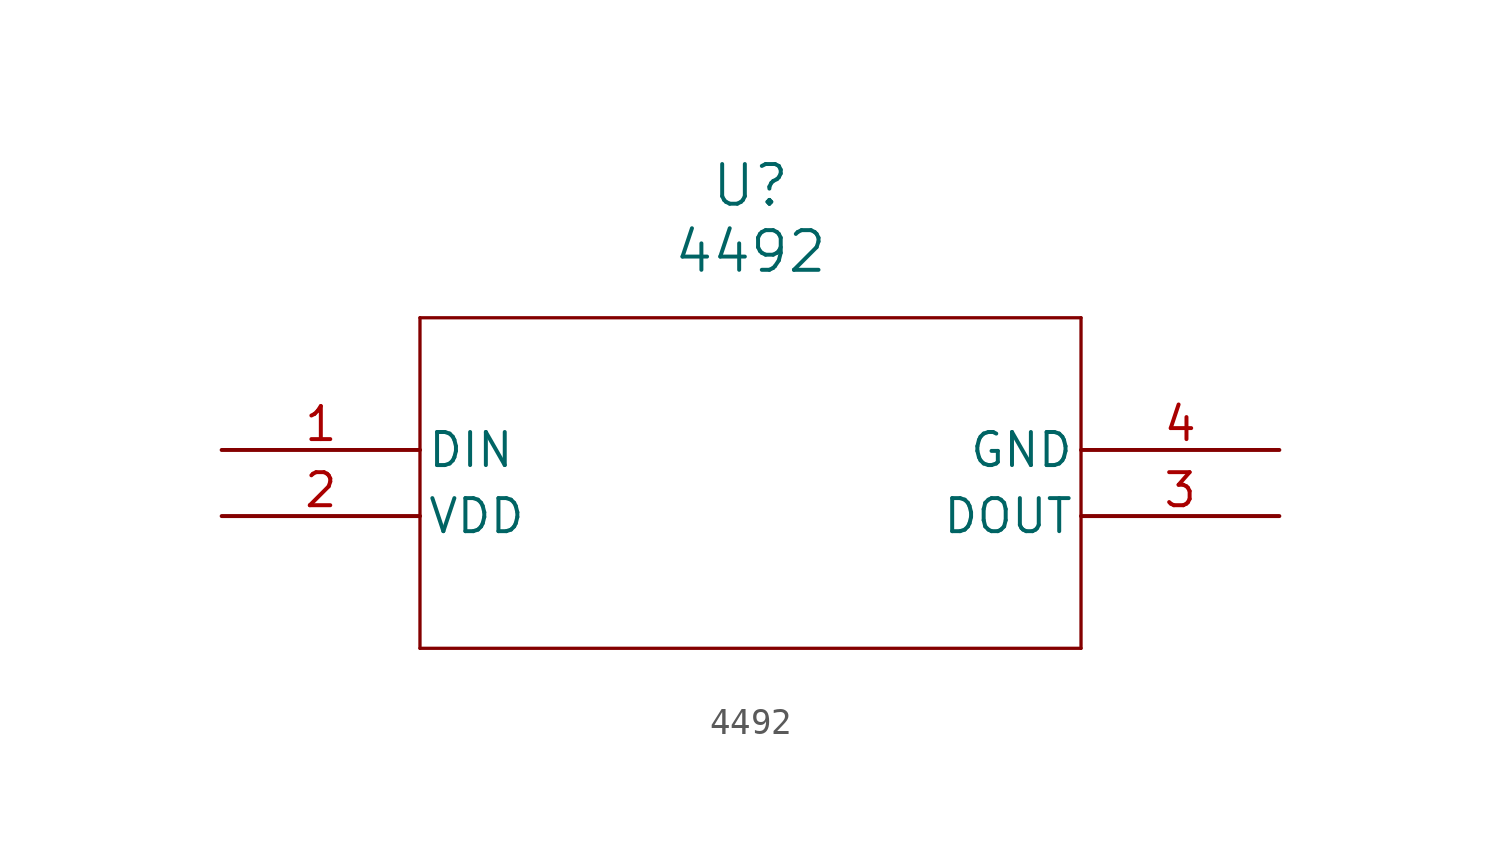
<source format=kicad_sym>
(kicad_symbol_lib
  (version 20211014)
  (generator kicad_symbol_editor)
  (symbol "4492"
    (pin_names
      (offset 0.254))
    (property "Reference" "U"
      (at 20.32 10.16 0)
      (effects (font (size 1.524 1.524))))
    (property "Value" "4492"
      (at 20.32 7.62 0)
      (effects (font (size 1.524 1.524))))
    (symbol "4492_0_1"
      (polyline (pts (xy 7.62 5.08) (xy 7.62 -7.62)) (stroke (width 0.127) (type default) (color 0 0 0 0)) (fill (type none)))
      (polyline (pts (xy 7.62 -7.62) (xy 33.02 -7.62)) (stroke (width 0.127) (type default) (color 0 0 0 0)) (fill (type none)))
      (polyline (pts (xy 33.02 -7.62) (xy 33.02 5.08)) (stroke (width 0.127) (type default) (color 0 0 0 0)) (fill (type none)))
      (polyline (pts (xy 33.02 5.08) (xy 7.62 5.08)) (stroke (width 0.127) (type default) (color 0 0 0 0)) (fill (type none)))
      (pin unspecified line (at 0 0 0) (length 7.62) (name "DIN" (effects (font (size 1.27 1.27)))) (number "1" (effects (font (size 1.27 1.27)))))
      (pin unspecified line (at 0 -2.54 0) (length 7.62) (name "VDD" (effects (font (size 1.27 1.27)))) (number "2" (effects (font (size 1.27 1.27)))))
      (pin unspecified line (at 40.64 -2.54 180) (length 7.62) (name "DOUT" (effects (font (size 1.27 1.27)))) (number "3" (effects (font (size 1.27 1.27)))))
      (pin unspecified line (at 40.64 0 180) (length 7.62) (name "GND" (effects (font (size 1.27 1.27)))) (number "4" (effects (font (size 1.27 1.27))))))))
</source>
